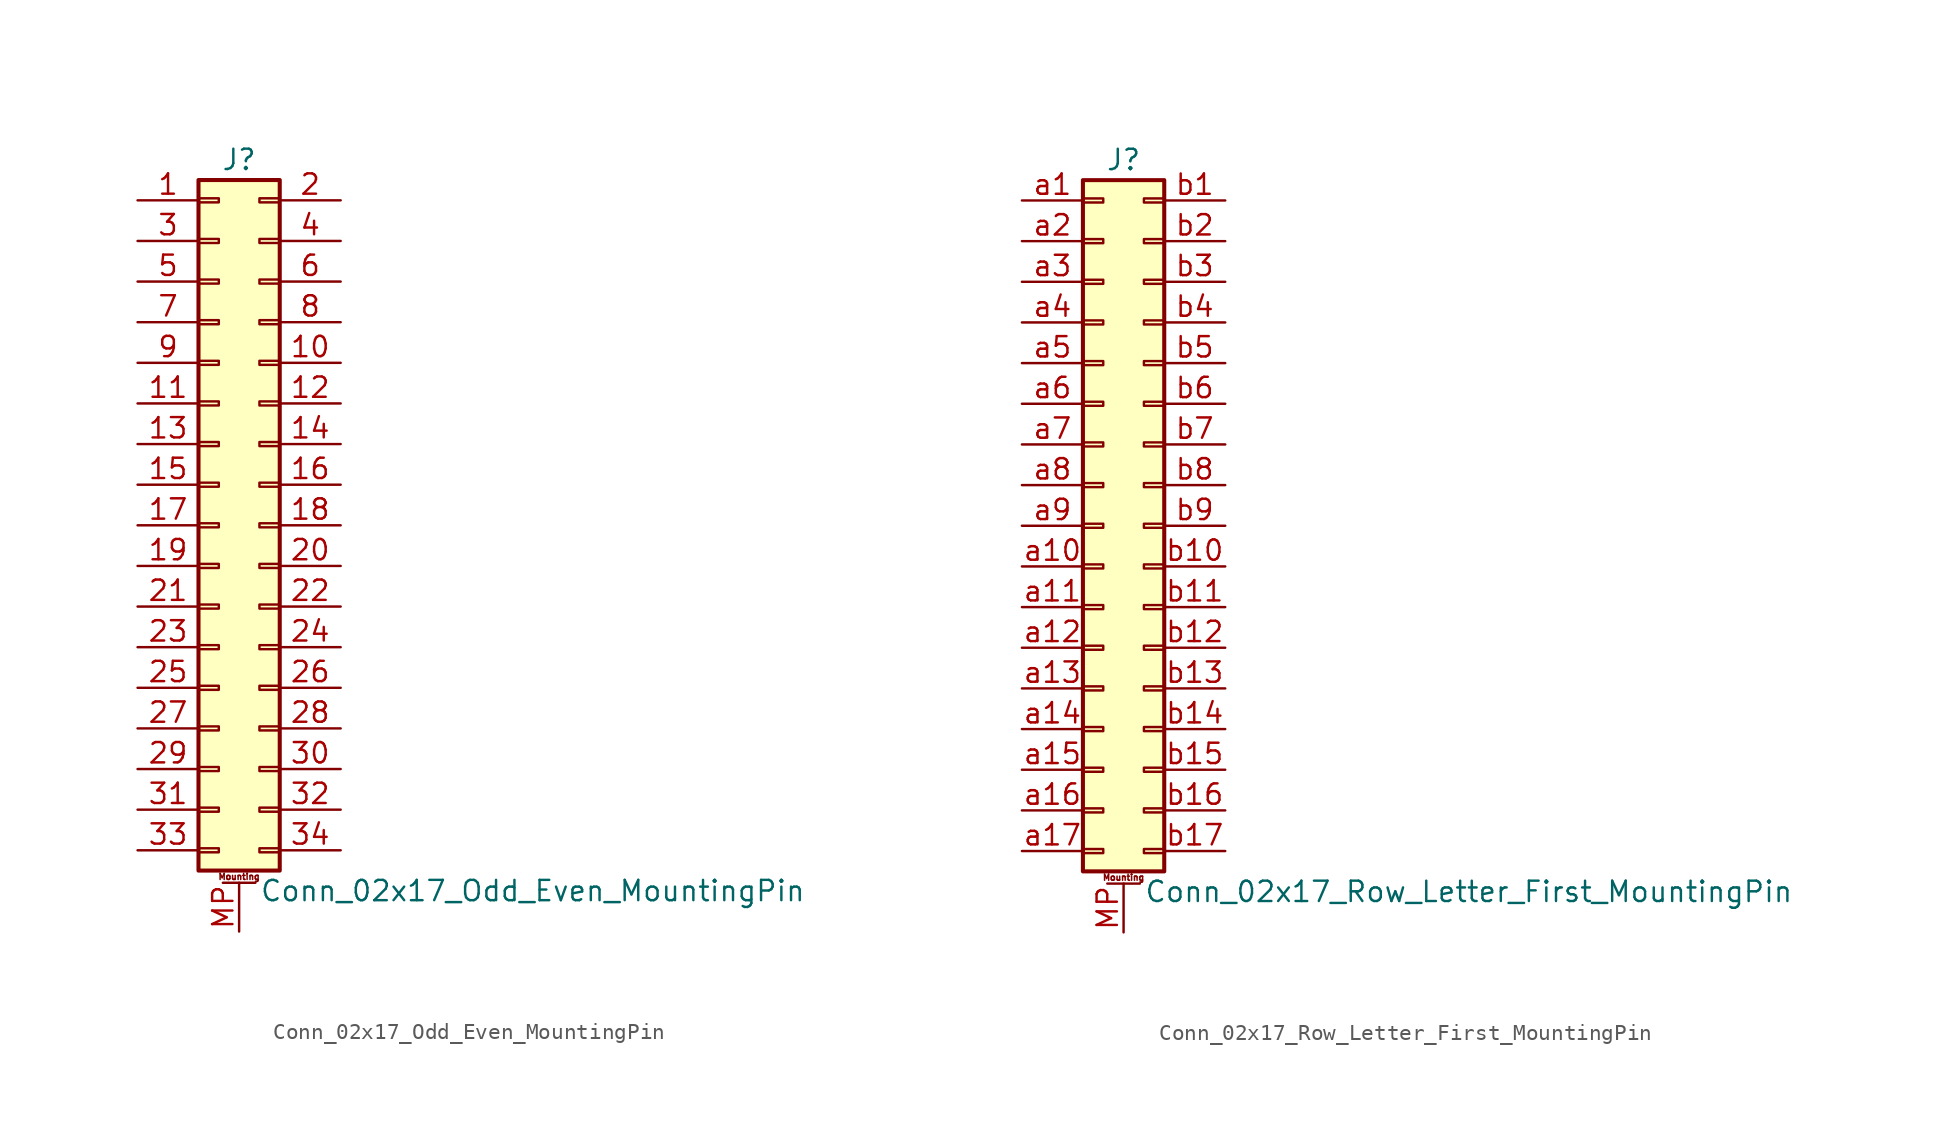
<source format=kicad_sym>
(kicad_symbol_lib
  (version 20201005)
  (generator kicad_symbol_editor)
  (symbol "Conn_02x17_Odd_Even_MountingPin"
    (pin_names
      (offset 1.016) hide)
    (property "Reference" "J"
      (at 1.27 22.86 0)
      (effects (font (size 1.27 1.27))))
    (property "Value" "Conn_02x17_Odd_Even_MountingPin"
      (at 2.54 -22.86 0)
      (effects (font (size 1.27 1.27)) (justify left)))
    (symbol "Conn_02x17_Odd_Even_MountingPin_1_1"
      (text "Mounting" (at 1.27 -21.971 0) (effects (font (size 0.381 0.381))))
      (rectangle (start -1.27 -20.193) (end 0 -20.447) (stroke (width 0.152)) (fill (type none)))
      (rectangle (start -1.27 -17.653) (end 0 -17.907) (stroke (width 0.152)) (fill (type none)))
      (rectangle (start -1.27 -15.113) (end 0 -15.367) (stroke (width 0.152)) (fill (type none)))
      (rectangle (start -1.27 -12.573) (end 0 -12.827) (stroke (width 0.152)) (fill (type none)))
      (rectangle (start -1.27 -10.033) (end 0 -10.287) (stroke (width 0.152)) (fill (type none)))
      (rectangle (start -1.27 -7.493) (end 0 -7.747) (stroke (width 0.152)) (fill (type none)))
      (rectangle (start -1.27 -4.953) (end 0 -5.207) (stroke (width 0.152)) (fill (type none)))
      (rectangle (start -1.27 -2.413) (end 0 -2.667) (stroke (width 0.152)) (fill (type none)))
      (rectangle (start -1.27 0.127) (end 0 -0.127) (stroke (width 0.152)) (fill (type none)))
      (rectangle (start -1.27 2.667) (end 0 2.413) (stroke (width 0.152)) (fill (type none)))
      (rectangle (start -1.27 5.207) (end 0 4.953) (stroke (width 0.152)) (fill (type none)))
      (rectangle (start -1.27 7.747) (end 0 7.493) (stroke (width 0.152)) (fill (type none)))
      (rectangle (start -1.27 10.287) (end 0 10.033) (stroke (width 0.152)) (fill (type none)))
      (rectangle (start -1.27 12.827) (end 0 12.573) (stroke (width 0.152)) (fill (type none)))
      (rectangle (start -1.27 15.367) (end 0 15.113) (stroke (width 0.152)) (fill (type none)))
      (rectangle (start -1.27 17.907) (end 0 17.653) (stroke (width 0.152)) (fill (type none)))
      (rectangle (start -1.27 20.447) (end 0 20.193) (stroke (width 0.152)) (fill (type none)))
      (rectangle (start -1.27 21.59) (end 3.81 -21.59) (stroke (width 0.254)) (fill (type background)))
      (rectangle (start 3.81 -20.193) (end 2.54 -20.447) (stroke (width 0.152)) (fill (type none)))
      (rectangle (start 3.81 -17.653) (end 2.54 -17.907) (stroke (width 0.152)) (fill (type none)))
      (rectangle (start 3.81 -15.113) (end 2.54 -15.367) (stroke (width 0.152)) (fill (type none)))
      (rectangle (start 3.81 -12.573) (end 2.54 -12.827) (stroke (width 0.152)) (fill (type none)))
      (rectangle (start 3.81 -10.033) (end 2.54 -10.287) (stroke (width 0.152)) (fill (type none)))
      (rectangle (start 3.81 -7.493) (end 2.54 -7.747) (stroke (width 0.152)) (fill (type none)))
      (rectangle (start 3.81 -4.953) (end 2.54 -5.207) (stroke (width 0.152)) (fill (type none)))
      (rectangle (start 3.81 -2.413) (end 2.54 -2.667) (stroke (width 0.152)) (fill (type none)))
      (rectangle (start 3.81 0.127) (end 2.54 -0.127) (stroke (width 0.152)) (fill (type none)))
      (rectangle (start 3.81 2.667) (end 2.54 2.413) (stroke (width 0.152)) (fill (type none)))
      (rectangle (start 3.81 5.207) (end 2.54 4.953) (stroke (width 0.152)) (fill (type none)))
      (rectangle (start 3.81 7.747) (end 2.54 7.493) (stroke (width 0.152)) (fill (type none)))
      (rectangle (start 3.81 10.287) (end 2.54 10.033) (stroke (width 0.152)) (fill (type none)))
      (rectangle (start 3.81 12.827) (end 2.54 12.573) (stroke (width 0.152)) (fill (type none)))
      (rectangle (start 3.81 15.367) (end 2.54 15.113) (stroke (width 0.152)) (fill (type none)))
      (rectangle (start 3.81 17.907) (end 2.54 17.653) (stroke (width 0.152)) (fill (type none)))
      (rectangle (start 3.81 20.447) (end 2.54 20.193) (stroke (width 0.152)) (fill (type none)))
      (polyline (pts (xy 0.254 -22.352) (xy 2.286 -22.352)) (stroke (width 0.152)) (fill (type none)))
      (pin passive line (at -5.08 20.32 0) (length 3.81) (name "Pin_1" (effects (font (size 1.27 1.27)))) (number "1" (effects (font (size 1.27 1.27)))))
      (pin passive line (at 7.62 10.16 180) (length 3.81) (name "Pin_10" (effects (font (size 1.27 1.27)))) (number "10" (effects (font (size 1.27 1.27)))))
      (pin passive line (at -5.08 7.62 0) (length 3.81) (name "Pin_11" (effects (font (size 1.27 1.27)))) (number "11" (effects (font (size 1.27 1.27)))))
      (pin passive line (at 7.62 7.62 180) (length 3.81) (name "Pin_12" (effects (font (size 1.27 1.27)))) (number "12" (effects (font (size 1.27 1.27)))))
      (pin passive line (at -5.08 5.08 0) (length 3.81) (name "Pin_13" (effects (font (size 1.27 1.27)))) (number "13" (effects (font (size 1.27 1.27)))))
      (pin passive line (at 7.62 5.08 180) (length 3.81) (name "Pin_14" (effects (font (size 1.27 1.27)))) (number "14" (effects (font (size 1.27 1.27)))))
      (pin passive line (at -5.08 2.54 0) (length 3.81) (name "Pin_15" (effects (font (size 1.27 1.27)))) (number "15" (effects (font (size 1.27 1.27)))))
      (pin passive line (at 7.62 2.54 180) (length 3.81) (name "Pin_16" (effects (font (size 1.27 1.27)))) (number "16" (effects (font (size 1.27 1.27)))))
      (pin passive line (at -5.08 0 0) (length 3.81) (name "Pin_17" (effects (font (size 1.27 1.27)))) (number "17" (effects (font (size 1.27 1.27)))))
      (pin passive line (at 7.62 0 180) (length 3.81) (name "Pin_18" (effects (font (size 1.27 1.27)))) (number "18" (effects (font (size 1.27 1.27)))))
      (pin passive line (at -5.08 -2.54 0) (length 3.81) (name "Pin_19" (effects (font (size 1.27 1.27)))) (number "19" (effects (font (size 1.27 1.27)))))
      (pin passive line (at 7.62 20.32 180) (length 3.81) (name "Pin_2" (effects (font (size 1.27 1.27)))) (number "2" (effects (font (size 1.27 1.27)))))
      (pin passive line (at 7.62 -2.54 180) (length 3.81) (name "Pin_20" (effects (font (size 1.27 1.27)))) (number "20" (effects (font (size 1.27 1.27)))))
      (pin passive line (at -5.08 -5.08 0) (length 3.81) (name "Pin_21" (effects (font (size 1.27 1.27)))) (number "21" (effects (font (size 1.27 1.27)))))
      (pin passive line (at 7.62 -5.08 180) (length 3.81) (name "Pin_22" (effects (font (size 1.27 1.27)))) (number "22" (effects (font (size 1.27 1.27)))))
      (pin passive line (at -5.08 -7.62 0) (length 3.81) (name "Pin_23" (effects (font (size 1.27 1.27)))) (number "23" (effects (font (size 1.27 1.27)))))
      (pin passive line (at 7.62 -7.62 180) (length 3.81) (name "Pin_24" (effects (font (size 1.27 1.27)))) (number "24" (effects (font (size 1.27 1.27)))))
      (pin passive line (at -5.08 -10.16 0) (length 3.81) (name "Pin_25" (effects (font (size 1.27 1.27)))) (number "25" (effects (font (size 1.27 1.27)))))
      (pin passive line (at 7.62 -10.16 180) (length 3.81) (name "Pin_26" (effects (font (size 1.27 1.27)))) (number "26" (effects (font (size 1.27 1.27)))))
      (pin passive line (at -5.08 -12.7 0) (length 3.81) (name "Pin_27" (effects (font (size 1.27 1.27)))) (number "27" (effects (font (size 1.27 1.27)))))
      (pin passive line (at 7.62 -12.7 180) (length 3.81) (name "Pin_28" (effects (font (size 1.27 1.27)))) (number "28" (effects (font (size 1.27 1.27)))))
      (pin passive line (at -5.08 -15.24 0) (length 3.81) (name "Pin_29" (effects (font (size 1.27 1.27)))) (number "29" (effects (font (size 1.27 1.27)))))
      (pin passive line (at -5.08 17.78 0) (length 3.81) (name "Pin_3" (effects (font (size 1.27 1.27)))) (number "3" (effects (font (size 1.27 1.27)))))
      (pin passive line (at 7.62 -15.24 180) (length 3.81) (name "Pin_30" (effects (font (size 1.27 1.27)))) (number "30" (effects (font (size 1.27 1.27)))))
      (pin passive line (at -5.08 -17.78 0) (length 3.81) (name "Pin_31" (effects (font (size 1.27 1.27)))) (number "31" (effects (font (size 1.27 1.27)))))
      (pin passive line (at 7.62 -17.78 180) (length 3.81) (name "Pin_32" (effects (font (size 1.27 1.27)))) (number "32" (effects (font (size 1.27 1.27)))))
      (pin passive line (at -5.08 -20.32 0) (length 3.81) (name "Pin_33" (effects (font (size 1.27 1.27)))) (number "33" (effects (font (size 1.27 1.27)))))
      (pin passive line (at 7.62 -20.32 180) (length 3.81) (name "Pin_34" (effects (font (size 1.27 1.27)))) (number "34" (effects (font (size 1.27 1.27)))))
      (pin passive line (at 7.62 17.78 180) (length 3.81) (name "Pin_4" (effects (font (size 1.27 1.27)))) (number "4" (effects (font (size 1.27 1.27)))))
      (pin passive line (at -5.08 15.24 0) (length 3.81) (name "Pin_5" (effects (font (size 1.27 1.27)))) (number "5" (effects (font (size 1.27 1.27)))))
      (pin passive line (at 7.62 15.24 180) (length 3.81) (name "Pin_6" (effects (font (size 1.27 1.27)))) (number "6" (effects (font (size 1.27 1.27)))))
      (pin passive line (at -5.08 12.7 0) (length 3.81) (name "Pin_7" (effects (font (size 1.27 1.27)))) (number "7" (effects (font (size 1.27 1.27)))))
      (pin passive line (at 7.62 12.7 180) (length 3.81) (name "Pin_8" (effects (font (size 1.27 1.27)))) (number "8" (effects (font (size 1.27 1.27)))))
      (pin passive line (at -5.08 10.16 0) (length 3.81) (name "Pin_9" (effects (font (size 1.27 1.27)))) (number "9" (effects (font (size 1.27 1.27)))))
      (pin passive line (at 1.27 -25.4 90) (length 3.048) (name "MountPin" (effects (font (size 1.27 1.27)))) (number "MP" (effects (font (size 1.27 1.27)))))))
  (symbol "Conn_02x17_Row_Letter_First_MountingPin"
    (pin_names
      (offset 1.016) hide)
    (property "Reference" "J"
      (at 1.27 22.86 0)
      (effects (font (size 1.27 1.27))))
    (property "Value" "Conn_02x17_Row_Letter_First_MountingPin"
      (at 2.54 -22.86 0)
      (effects (font (size 1.27 1.27)) (justify left)))
    (symbol "Conn_02x17_Row_Letter_First_MountingPin_1_1"
      (text "Mounting" (at 1.27 -21.971 0) (effects (font (size 0.381 0.381))))
      (rectangle (start -1.27 -20.193) (end 0 -20.447) (stroke (width 0.152)) (fill (type none)))
      (rectangle (start -1.27 -17.653) (end 0 -17.907) (stroke (width 0.152)) (fill (type none)))
      (rectangle (start -1.27 -15.113) (end 0 -15.367) (stroke (width 0.152)) (fill (type none)))
      (rectangle (start -1.27 -12.573) (end 0 -12.827) (stroke (width 0.152)) (fill (type none)))
      (rectangle (start -1.27 -10.033) (end 0 -10.287) (stroke (width 0.152)) (fill (type none)))
      (rectangle (start -1.27 -7.493) (end 0 -7.747) (stroke (width 0.152)) (fill (type none)))
      (rectangle (start -1.27 -4.953) (end 0 -5.207) (stroke (width 0.152)) (fill (type none)))
      (rectangle (start -1.27 -2.413) (end 0 -2.667) (stroke (width 0.152)) (fill (type none)))
      (rectangle (start -1.27 0.127) (end 0 -0.127) (stroke (width 0.152)) (fill (type none)))
      (rectangle (start -1.27 2.667) (end 0 2.413) (stroke (width 0.152)) (fill (type none)))
      (rectangle (start -1.27 5.207) (end 0 4.953) (stroke (width 0.152)) (fill (type none)))
      (rectangle (start -1.27 7.747) (end 0 7.493) (stroke (width 0.152)) (fill (type none)))
      (rectangle (start -1.27 10.287) (end 0 10.033) (stroke (width 0.152)) (fill (type none)))
      (rectangle (start -1.27 12.827) (end 0 12.573) (stroke (width 0.152)) (fill (type none)))
      (rectangle (start -1.27 15.367) (end 0 15.113) (stroke (width 0.152)) (fill (type none)))
      (rectangle (start -1.27 17.907) (end 0 17.653) (stroke (width 0.152)) (fill (type none)))
      (rectangle (start -1.27 20.447) (end 0 20.193) (stroke (width 0.152)) (fill (type none)))
      (rectangle (start -1.27 21.59) (end 3.81 -21.59) (stroke (width 0.254)) (fill (type background)))
      (rectangle (start 3.81 -20.193) (end 2.54 -20.447) (stroke (width 0.152)) (fill (type none)))
      (rectangle (start 3.81 -17.653) (end 2.54 -17.907) (stroke (width 0.152)) (fill (type none)))
      (rectangle (start 3.81 -15.113) (end 2.54 -15.367) (stroke (width 0.152)) (fill (type none)))
      (rectangle (start 3.81 -12.573) (end 2.54 -12.827) (stroke (width 0.152)) (fill (type none)))
      (rectangle (start 3.81 -10.033) (end 2.54 -10.287) (stroke (width 0.152)) (fill (type none)))
      (rectangle (start 3.81 -7.493) (end 2.54 -7.747) (stroke (width 0.152)) (fill (type none)))
      (rectangle (start 3.81 -4.953) (end 2.54 -5.207) (stroke (width 0.152)) (fill (type none)))
      (rectangle (start 3.81 -2.413) (end 2.54 -2.667) (stroke (width 0.152)) (fill (type none)))
      (rectangle (start 3.81 0.127) (end 2.54 -0.127) (stroke (width 0.152)) (fill (type none)))
      (rectangle (start 3.81 2.667) (end 2.54 2.413) (stroke (width 0.152)) (fill (type none)))
      (rectangle (start 3.81 5.207) (end 2.54 4.953) (stroke (width 0.152)) (fill (type none)))
      (rectangle (start 3.81 7.747) (end 2.54 7.493) (stroke (width 0.152)) (fill (type none)))
      (rectangle (start 3.81 10.287) (end 2.54 10.033) (stroke (width 0.152)) (fill (type none)))
      (rectangle (start 3.81 12.827) (end 2.54 12.573) (stroke (width 0.152)) (fill (type none)))
      (rectangle (start 3.81 15.367) (end 2.54 15.113) (stroke (width 0.152)) (fill (type none)))
      (rectangle (start 3.81 17.907) (end 2.54 17.653) (stroke (width 0.152)) (fill (type none)))
      (rectangle (start 3.81 20.447) (end 2.54 20.193) (stroke (width 0.152)) (fill (type none)))
      (polyline (pts (xy 0.254 -22.352) (xy 2.286 -22.352)) (stroke (width 0.152)) (fill (type none)))
      (pin passive line (at 1.27 -25.4 90) (length 3.048) (name "MountPin" (effects (font (size 1.27 1.27)))) (number "MP" (effects (font (size 1.27 1.27)))))
      (pin passive line (at -5.08 20.32 0) (length 3.81) (name "Pin_a1" (effects (font (size 1.27 1.27)))) (number "a1" (effects (font (size 1.27 1.27)))))
      (pin passive line (at -5.08 -2.54 0) (length 3.81) (name "Pin_a10" (effects (font (size 1.27 1.27)))) (number "a10" (effects (font (size 1.27 1.27)))))
      (pin passive line (at -5.08 -5.08 0) (length 3.81) (name "Pin_a11" (effects (font (size 1.27 1.27)))) (number "a11" (effects (font (size 1.27 1.27)))))
      (pin passive line (at -5.08 -7.62 0) (length 3.81) (name "Pin_a12" (effects (font (size 1.27 1.27)))) (number "a12" (effects (font (size 1.27 1.27)))))
      (pin passive line (at -5.08 -10.16 0) (length 3.81) (name "Pin_a13" (effects (font (size 1.27 1.27)))) (number "a13" (effects (font (size 1.27 1.27)))))
      (pin passive line (at -5.08 -12.7 0) (length 3.81) (name "Pin_a14" (effects (font (size 1.27 1.27)))) (number "a14" (effects (font (size 1.27 1.27)))))
      (pin passive line (at -5.08 -15.24 0) (length 3.81) (name "Pin_a15" (effects (font (size 1.27 1.27)))) (number "a15" (effects (font (size 1.27 1.27)))))
      (pin passive line (at -5.08 -17.78 0) (length 3.81) (name "Pin_a16" (effects (font (size 1.27 1.27)))) (number "a16" (effects (font (size 1.27 1.27)))))
      (pin passive line (at -5.08 -20.32 0) (length 3.81) (name "Pin_a17" (effects (font (size 1.27 1.27)))) (number "a17" (effects (font (size 1.27 1.27)))))
      (pin passive line (at -5.08 17.78 0) (length 3.81) (name "Pin_a2" (effects (font (size 1.27 1.27)))) (number "a2" (effects (font (size 1.27 1.27)))))
      (pin passive line (at -5.08 15.24 0) (length 3.81) (name "Pin_a3" (effects (font (size 1.27 1.27)))) (number "a3" (effects (font (size 1.27 1.27)))))
      (pin passive line (at -5.08 12.7 0) (length 3.81) (name "Pin_a4" (effects (font (size 1.27 1.27)))) (number "a4" (effects (font (size 1.27 1.27)))))
      (pin passive line (at -5.08 10.16 0) (length 3.81) (name "Pin_a5" (effects (font (size 1.27 1.27)))) (number "a5" (effects (font (size 1.27 1.27)))))
      (pin passive line (at -5.08 7.62 0) (length 3.81) (name "Pin_a6" (effects (font (size 1.27 1.27)))) (number "a6" (effects (font (size 1.27 1.27)))))
      (pin passive line (at -5.08 5.08 0) (length 3.81) (name "Pin_a7" (effects (font (size 1.27 1.27)))) (number "a7" (effects (font (size 1.27 1.27)))))
      (pin passive line (at -5.08 2.54 0) (length 3.81) (name "Pin_a8" (effects (font (size 1.27 1.27)))) (number "a8" (effects (font (size 1.27 1.27)))))
      (pin passive line (at -5.08 0 0) (length 3.81) (name "Pin_a9" (effects (font (size 1.27 1.27)))) (number "a9" (effects (font (size 1.27 1.27)))))
      (pin passive line (at 7.62 20.32 180) (length 3.81) (name "Pin_b1" (effects (font (size 1.27 1.27)))) (number "b1" (effects (font (size 1.27 1.27)))))
      (pin passive line (at 7.62 -2.54 180) (length 3.81) (name "Pin_b10" (effects (font (size 1.27 1.27)))) (number "b10" (effects (font (size 1.27 1.27)))))
      (pin passive line (at 7.62 -5.08 180) (length 3.81) (name "Pin_b11" (effects (font (size 1.27 1.27)))) (number "b11" (effects (font (size 1.27 1.27)))))
      (pin passive line (at 7.62 -7.62 180) (length 3.81) (name "Pin_b12" (effects (font (size 1.27 1.27)))) (number "b12" (effects (font (size 1.27 1.27)))))
      (pin passive line (at 7.62 -10.16 180) (length 3.81) (name "Pin_b13" (effects (font (size 1.27 1.27)))) (number "b13" (effects (font (size 1.27 1.27)))))
      (pin passive line (at 7.62 -12.7 180) (length 3.81) (name "Pin_b14" (effects (font (size 1.27 1.27)))) (number "b14" (effects (font (size 1.27 1.27)))))
      (pin passive line (at 7.62 -15.24 180) (length 3.81) (name "Pin_b15" (effects (font (size 1.27 1.27)))) (number "b15" (effects (font (size 1.27 1.27)))))
      (pin passive line (at 7.62 -17.78 180) (length 3.81) (name "Pin_b16" (effects (font (size 1.27 1.27)))) (number "b16" (effects (font (size 1.27 1.27)))))
      (pin passive line (at 7.62 -20.32 180) (length 3.81) (name "Pin_b17" (effects (font (size 1.27 1.27)))) (number "b17" (effects (font (size 1.27 1.27)))))
      (pin passive line (at 7.62 17.78 180) (length 3.81) (name "Pin_b2" (effects (font (size 1.27 1.27)))) (number "b2" (effects (font (size 1.27 1.27)))))
      (pin passive line (at 7.62 15.24 180) (length 3.81) (name "Pin_b3" (effects (font (size 1.27 1.27)))) (number "b3" (effects (font (size 1.27 1.27)))))
      (pin passive line (at 7.62 12.7 180) (length 3.81) (name "Pin_b4" (effects (font (size 1.27 1.27)))) (number "b4" (effects (font (size 1.27 1.27)))))
      (pin passive line (at 7.62 10.16 180) (length 3.81) (name "Pin_b5" (effects (font (size 1.27 1.27)))) (number "b5" (effects (font (size 1.27 1.27)))))
      (pin passive line (at 7.62 7.62 180) (length 3.81) (name "Pin_b6" (effects (font (size 1.27 1.27)))) (number "b6" (effects (font (size 1.27 1.27)))))
      (pin passive line (at 7.62 5.08 180) (length 3.81) (name "Pin_b7" (effects (font (size 1.27 1.27)))) (number "b7" (effects (font (size 1.27 1.27)))))
      (pin passive line (at 7.62 2.54 180) (length 3.81) (name "Pin_b8" (effects (font (size 1.27 1.27)))) (number "b8" (effects (font (size 1.27 1.27)))))
      (pin passive line (at 7.62 0 180) (length 3.81) (name "Pin_b9" (effects (font (size 1.27 1.27)))) (number "b9" (effects (font (size 1.27 1.27))))))))
</source>
